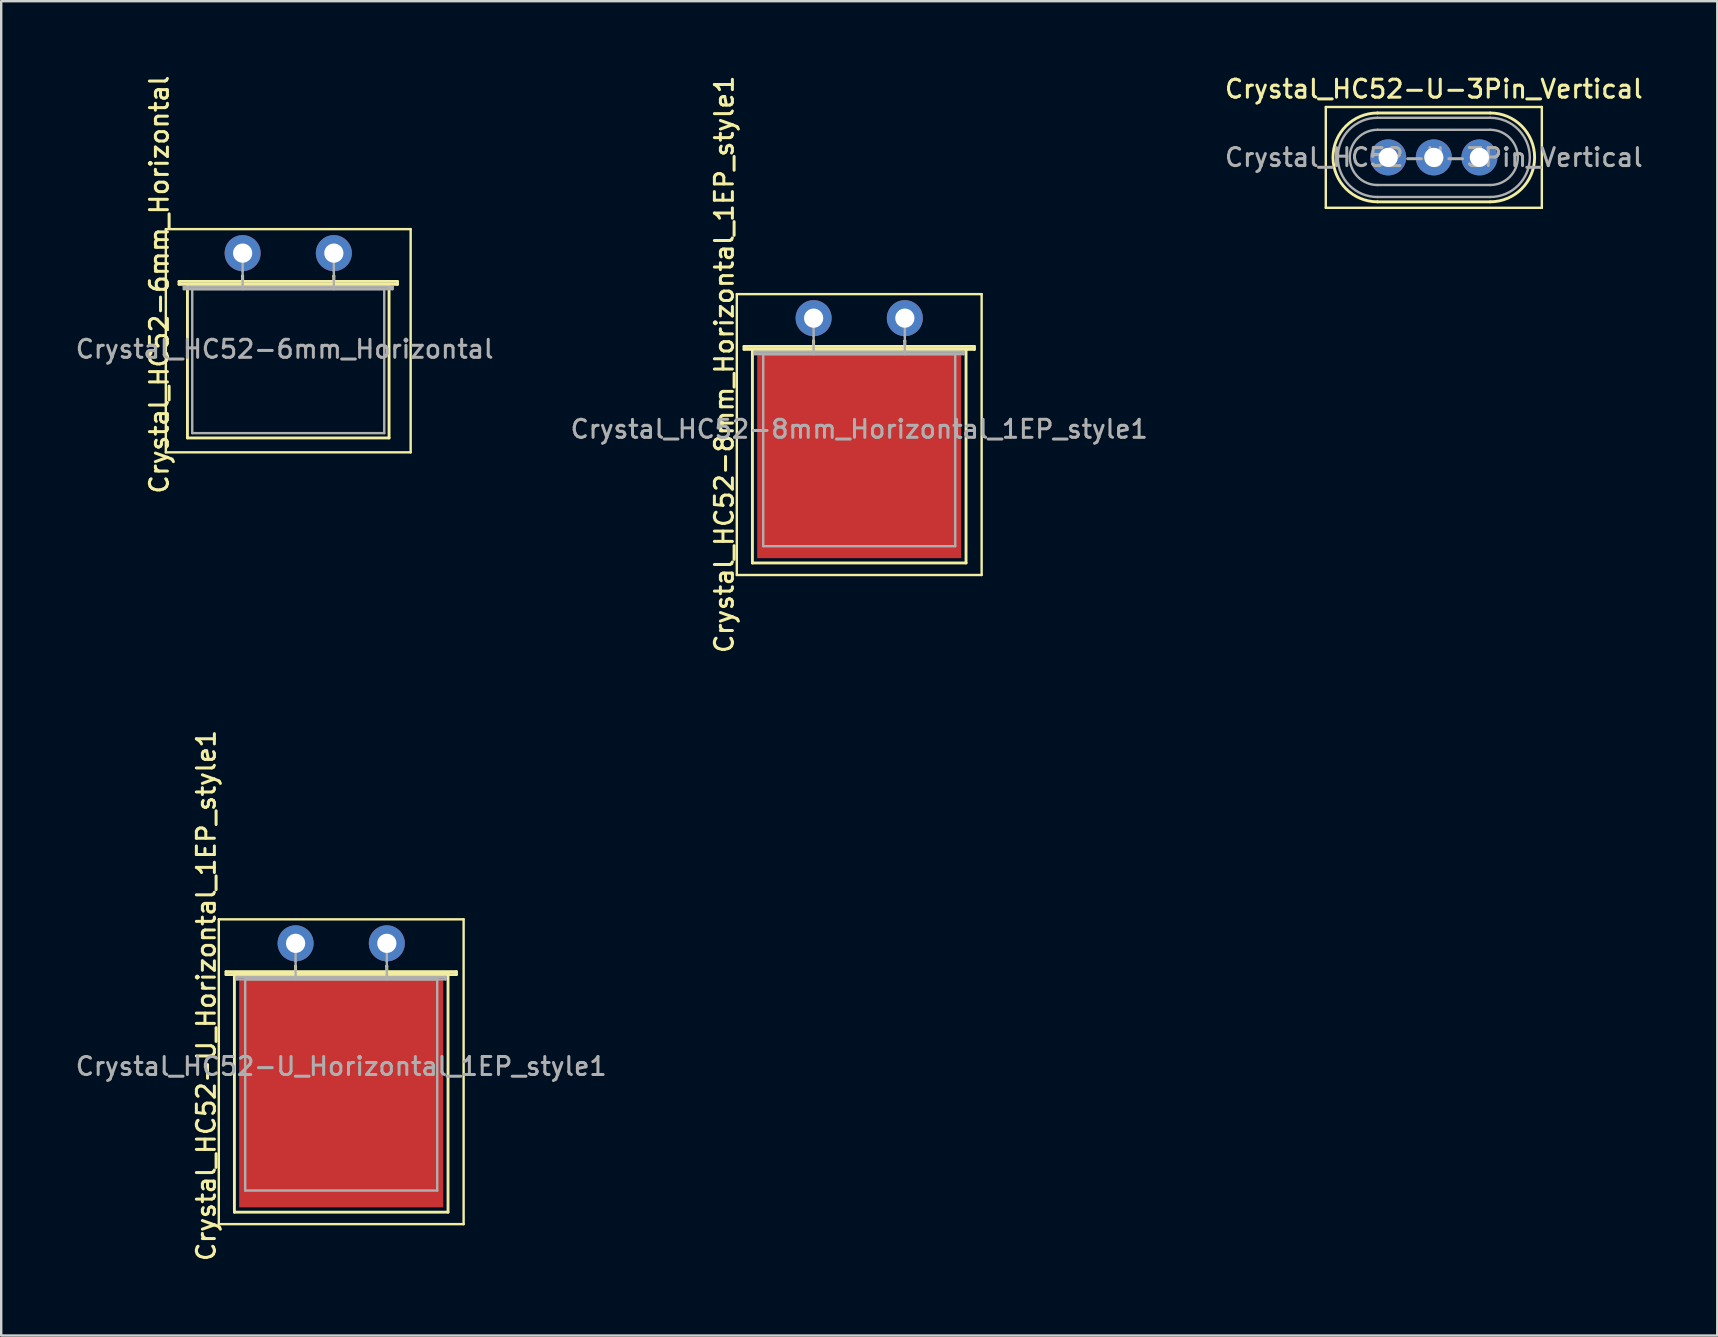
<source format=kicad_pcb>
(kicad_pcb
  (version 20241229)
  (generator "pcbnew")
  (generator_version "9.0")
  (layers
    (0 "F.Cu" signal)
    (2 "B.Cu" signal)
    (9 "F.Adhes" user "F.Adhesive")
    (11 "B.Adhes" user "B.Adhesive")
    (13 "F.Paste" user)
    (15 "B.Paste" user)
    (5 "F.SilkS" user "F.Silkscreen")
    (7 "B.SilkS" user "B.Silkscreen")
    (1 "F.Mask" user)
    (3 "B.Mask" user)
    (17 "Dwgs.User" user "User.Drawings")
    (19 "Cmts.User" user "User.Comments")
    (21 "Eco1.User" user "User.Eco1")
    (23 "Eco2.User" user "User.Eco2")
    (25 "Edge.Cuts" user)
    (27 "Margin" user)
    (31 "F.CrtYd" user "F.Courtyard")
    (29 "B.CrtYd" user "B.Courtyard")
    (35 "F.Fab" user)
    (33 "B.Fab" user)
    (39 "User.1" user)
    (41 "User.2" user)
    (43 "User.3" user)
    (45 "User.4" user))
  (footprint "Crystal_HC52-6mm_Horizontal"
    (layer "F.Cu")
    (at 7.059 7.496)
    (property "Reference" "Crystal_HC52-6mm_Horizontal" (at -3.475 1.312 90) (layer "F.SilkS") (effects (font (size 0.75 0.75) (thickness 0.125))))
    (attr through_hole)
    (fp_line (start -3.2 -1) (end -3.2 8.3) (stroke (width 0.1) (type solid)) (layer "F.SilkS"))
    (fp_line (start -3.2 8.3) (end 7 8.3) (stroke (width 0.1) (type solid)) (layer "F.SilkS"))
    (fp_line (start -2.65 1.18) (end 6.45 1.18) (stroke (width 0.12) (type solid)) (layer "F.SilkS"))
    (fp_line (start -2.65 1.3) (end -2.65 1.18) (stroke (width 0.12) (type solid)) (layer "F.SilkS"))
    (fp_line (start -2.3 1.3) (end -2.3 7.7) (stroke (width 0.12) (type solid)) (layer "F.SilkS"))
    (fp_line (start -2.3 7.7) (end 6.1 7.7) (stroke (width 0.12) (type solid)) (layer "F.SilkS"))
    (fp_line (start 0 0.95) (end 0 0.95) (stroke (width 0.12) (type solid)) (layer "F.SilkS"))
    (fp_line (start 0 1.3) (end 0 0.95) (stroke (width 0.12) (type solid)) (layer "F.SilkS"))
    (fp_line (start 3.8 0.95) (end 3.8 0.95) (stroke (width 0.12) (type solid)) (layer "F.SilkS"))
    (fp_line (start 3.8 1.3) (end 3.8 0.95) (stroke (width 0.12) (type solid)) (layer "F.SilkS"))
    (fp_line (start 6.1 1.3) (end -2.3 1.3) (stroke (width 0.12) (type solid)) (layer "F.SilkS"))
    (fp_line (start 6.1 7.7) (end 6.1 1.3) (stroke (width 0.12) (type solid)) (layer "F.SilkS"))
    (fp_line (start 6.45 1.18) (end 6.45 1.3) (stroke (width 0.12) (type solid)) (layer "F.SilkS"))
    (fp_line (start 6.45 1.3) (end -2.65 1.3) (stroke (width 0.12) (type solid)) (layer "F.SilkS"))
    (fp_line (start 7 -1) (end -3.2 -1) (stroke (width 0.1) (type solid)) (layer "F.SilkS"))
    (fp_line (start 7 8.3) (end 7 -1) (stroke (width 0.1) (type solid)) (layer "F.SilkS"))
    (fp_line (start -2.45 1.4) (end 6.25 1.4) (stroke (width 0.1) (type solid)) (layer "F.Fab"))
    (fp_line (start -2.45 1.5) (end -2.45 1.4) (stroke (width 0.1) (type solid)) (layer "F.Fab"))
    (fp_line (start -2.1 1.5) (end -2.1 7.5) (stroke (width 0.1) (type solid)) (layer "F.Fab"))
    (fp_line (start -2.1 7.5) (end 5.9 7.5) (stroke (width 0.1) (type solid)) (layer "F.Fab"))
    (fp_line (start 0 0.75) (end 0 0) (stroke (width 0.1) (type solid)) (layer "F.Fab"))
    (fp_line (start 0 1.5) (end 0 0.75) (stroke (width 0.1) (type solid)) (layer "F.Fab"))
    (fp_line (start 3.8 0.75) (end 3.8 0) (stroke (width 0.1) (type solid)) (layer "F.Fab"))
    (fp_line (start 3.8 1.5) (end 3.8 0.75) (stroke (width 0.1) (type solid)) (layer "F.Fab"))
    (fp_line (start 5.9 1.5) (end -2.1 1.5) (stroke (width 0.1) (type solid)) (layer "F.Fab"))
    (fp_line (start 5.9 7.5) (end 5.9 1.5) (stroke (width 0.1) (type solid)) (layer "F.Fab"))
    (fp_line (start 6.25 1.4) (end 6.25 1.5) (stroke (width 0.1) (type solid)) (layer "F.Fab"))
    (fp_line (start 6.25 1.5) (end -2.45 1.5) (stroke (width 0.1) (type solid)) (layer "F.Fab"))
    (fp_text user "${REFERENCE}" (at 1.75 4 0) (layer "F.Fab") (effects (font (size 0.75 0.75) (thickness 0.125))))
    (pad "1" thru_hole circle (at 0 0) (size 1.5 1.5) (drill 0.8) (layers "*.Cu" "*.Mask"))
    (pad "2" thru_hole circle (at 3.8 0) (size 1.5 1.5) (drill 0.8) (layers "*.Cu" "*.Mask")))
  (footprint "Crystal_HC52-U-3Pin_Vertical"
    (layer "F.Cu")
    (at 54.787 3.508)
    (property "Reference" "Crystal_HC52-U-3Pin_Vertical" (at 1.9 -2.85 0) (layer "F.SilkS") (effects (font (size 0.75 0.75) (thickness 0.125))))
    (attr through_hole)
    (fp_line (start -2.6 -2.1) (end -2.6 2.1) (stroke (width 0.1) (type solid)) (layer "F.SilkS"))
    (fp_line (start -2.6 2.1) (end 6.4 2.1) (stroke (width 0.1) (type solid)) (layer "F.SilkS"))
    (fp_line (start -0.45 -1.85) (end 4.25 -1.85) (stroke (width 0.12) (type solid)) (layer "F.SilkS"))
    (fp_line (start -0.45 1.85) (end 4.25 1.85) (stroke (width 0.12) (type solid)) (layer "F.SilkS"))
    (fp_line (start 6.4 -2.1) (end -2.6 -2.1) (stroke (width 0.1) (type solid)) (layer "F.SilkS"))
    (fp_line (start 6.4 2.1) (end 6.4 -2.1) (stroke (width 0.1) (type solid)) (layer "F.SilkS"))
    (fp_arc (start -0.45 1.85) (mid -2.3 0) (end -0.45 -1.85) (stroke (width 0.12) (type solid)) (layer "F.SilkS"))
    (fp_arc (start 4.25 -1.85) (mid 6.1 0) (end 4.25 1.85) (stroke (width 0.12) (type solid)) (layer "F.SilkS"))
    (fp_line (start -0.45 -1.65) (end 4.25 -1.65) (stroke (width 0.1) (type solid)) (layer "F.Fab"))
    (fp_line (start -0.45 -1.15) (end 4.25 -1.15) (stroke (width 0.1) (type solid)) (layer "F.Fab"))
    (fp_line (start -0.45 1.15) (end 4.25 1.15) (stroke (width 0.1) (type solid)) (layer "F.Fab"))
    (fp_line (start -0.45 1.65) (end 4.25 1.65) (stroke (width 0.1) (type solid)) (layer "F.Fab"))
    (fp_arc (start -0.45 1.15) (mid -1.6 0) (end -0.45 -1.15) (stroke (width 0.1) (type solid)) (layer "F.Fab"))
    (fp_arc (start -0.45 1.65) (mid -2.1 0) (end -0.45 -1.65) (stroke (width 0.1) (type solid)) (layer "F.Fab"))
    (fp_arc (start 4.25 -1.65) (mid 5.9 0) (end 4.25 1.65) (stroke (width 0.1) (type solid)) (layer "F.Fab"))
    (fp_arc (start 4.25 -1.15) (mid 5.4 0) (end 4.25 1.15) (stroke (width 0.1) (type solid)) (layer "F.Fab"))
    (fp_text user "${REFERENCE}" (at 1.9 0 0) (layer "F.Fab") (effects (font (size 0.75 0.75) (thickness 0.125))))
    (pad "1" thru_hole circle (at 0 0) (size 1.5 1.5) (drill 0.8) (layers "*.Cu" "*.Mask"))
    (pad "2" thru_hole circle (at 1.9 0) (size 1.5 1.5) (drill 0.8) (layers "*.Cu" "*.Mask"))
    (pad "3" thru_hole circle (at 3.8 0) (size 1.5 1.5) (drill 0.8) (layers "*.Cu" "*.Mask")))
  (footprint "Crystal_HC52-8mm_Horizontal_1EP_style1"
    (layer "F.Cu")
    (at 30.848 10.205)
    (property "Reference" "Crystal_HC52-8mm_Horizontal_1EP_style1" (at -3.725 1.925 90) (layer "F.SilkS") (effects (font (size 0.75 0.75) (thickness 0.125))))
    (attr through_hole)
    (fp_line (start -3.2 -1) (end -3.2 10.7) (stroke (width 0.1) (type solid)) (layer "F.SilkS"))
    (fp_line (start -3.2 10.7) (end 7 10.7) (stroke (width 0.1) (type solid)) (layer "F.SilkS"))
    (fp_line (start -2.9 1.18) (end 6.7 1.18) (stroke (width 0.12) (type solid)) (layer "F.SilkS"))
    (fp_line (start -2.9 1.3) (end -2.9 1.18) (stroke (width 0.12) (type solid)) (layer "F.SilkS"))
    (fp_line (start -2.55 1.3) (end -2.55 10.2) (stroke (width 0.12) (type solid)) (layer "F.SilkS"))
    (fp_line (start -2.55 10.2) (end 6.35 10.2) (stroke (width 0.12) (type solid)) (layer "F.SilkS"))
    (fp_line (start 0 0.95) (end 0 0.95) (stroke (width 0.12) (type solid)) (layer "F.SilkS"))
    (fp_line (start 0 1.3) (end 0 0.95) (stroke (width 0.12) (type solid)) (layer "F.SilkS"))
    (fp_line (start 3.8 0.95) (end 3.8 0.95) (stroke (width 0.12) (type solid)) (layer "F.SilkS"))
    (fp_line (start 3.8 1.3) (end 3.8 0.95) (stroke (width 0.12) (type solid)) (layer "F.SilkS"))
    (fp_line (start 6.35 1.3) (end -2.55 1.3) (stroke (width 0.12) (type solid)) (layer "F.SilkS"))
    (fp_line (start 6.35 10.2) (end 6.35 1.3) (stroke (width 0.12) (type solid)) (layer "F.SilkS"))
    (fp_line (start 6.7 1.18) (end 6.7 1.3) (stroke (width 0.12) (type solid)) (layer "F.SilkS"))
    (fp_line (start 6.7 1.3) (end -2.9 1.3) (stroke (width 0.12) (type solid)) (layer "F.SilkS"))
    (fp_line (start 7 -1) (end -3.2 -1) (stroke (width 0.1) (type solid)) (layer "F.SilkS"))
    (fp_line (start 7 10.7) (end 7 -1) (stroke (width 0.1) (type solid)) (layer "F.SilkS"))
    (fp_line (start -2.45 1.4) (end 6.25 1.4) (stroke (width 0.1) (type solid)) (layer "F.Fab"))
    (fp_line (start -2.45 1.5) (end -2.45 1.4) (stroke (width 0.1) (type solid)) (layer "F.Fab"))
    (fp_line (start -2.1 1.5) (end -2.1 9.5) (stroke (width 0.1) (type solid)) (layer "F.Fab"))
    (fp_line (start -2.1 9.5) (end 5.9 9.5) (stroke (width 0.1) (type solid)) (layer "F.Fab"))
    (fp_line (start 0 0.75) (end 0 0) (stroke (width 0.1) (type solid)) (layer "F.Fab"))
    (fp_line (start 0 1.5) (end 0 0.75) (stroke (width 0.1) (type solid)) (layer "F.Fab"))
    (fp_line (start 3.8 0.75) (end 3.8 0) (stroke (width 0.1) (type solid)) (layer "F.Fab"))
    (fp_line (start 3.8 1.5) (end 3.8 0.75) (stroke (width 0.1) (type solid)) (layer "F.Fab"))
    (fp_line (start 5.9 1.5) (end -2.1 1.5) (stroke (width 0.1) (type solid)) (layer "F.Fab"))
    (fp_line (start 5.9 9.5) (end 5.9 1.5) (stroke (width 0.1) (type solid)) (layer "F.Fab"))
    (fp_line (start 6.25 1.4) (end 6.25 1.5) (stroke (width 0.1) (type solid)) (layer "F.Fab"))
    (fp_line (start 6.25 1.5) (end -2.45 1.5) (stroke (width 0.1) (type solid)) (layer "F.Fab"))
    (fp_text user "${REFERENCE}" (at 1.9 4.625 0) (layer "F.Fab") (effects (font (size 0.75 0.75) (thickness 0.125))))
    (pad "1" thru_hole circle (at 0 0) (size 1.5 1.5) (drill 0.8) (layers "*.Cu" "*.Mask"))
    (pad "2" thru_hole circle (at 3.8 0) (size 1.5 1.5) (drill 0.8) (layers "*.Cu" "*.Mask"))
    (pad "3" smd rect (at 1.9 5.75) (size 8.5 8.5) (layers "F.Cu" "F.Mask" "F.Paste")))
  (footprint "Crystal_HC52-U_Horizontal_1EP_style1"
    (layer "F.Cu")
    (at 9.266 36.252)
    (property "Reference" "Crystal_HC52-U_Horizontal_1EP_style1" (at -3.725 2.175 90) (layer "F.SilkS") (effects (font (size 0.75 0.75) (thickness 0.125))))
    (attr through_hole)
    (fp_line (start -3.2 -1) (end -3.2 11.7) (stroke (width 0.1) (type solid)) (layer "F.SilkS"))
    (fp_line (start -3.2 11.7) (end 7 11.7) (stroke (width 0.1) (type solid)) (layer "F.SilkS"))
    (fp_line (start -2.9 1.18) (end 6.7 1.18) (stroke (width 0.12) (type solid)) (layer "F.SilkS"))
    (fp_line (start -2.9 1.3) (end -2.9 1.18) (stroke (width 0.12) (type solid)) (layer "F.SilkS"))
    (fp_line (start -2.55 1.3) (end -2.55 11.2) (stroke (width 0.12) (type solid)) (layer "F.SilkS"))
    (fp_line (start -2.55 11.2) (end 6.35 11.2) (stroke (width 0.12) (type solid)) (layer "F.SilkS"))
    (fp_line (start 0 0.95) (end 0 0.95) (stroke (width 0.12) (type solid)) (layer "F.SilkS"))
    (fp_line (start 0 1.3) (end 0 0.95) (stroke (width 0.12) (type solid)) (layer "F.SilkS"))
    (fp_line (start 3.8 0.95) (end 3.8 0.95) (stroke (width 0.12) (type solid)) (layer "F.SilkS"))
    (fp_line (start 3.8 1.3) (end 3.8 0.95) (stroke (width 0.12) (type solid)) (layer "F.SilkS"))
    (fp_line (start 6.35 1.3) (end -2.55 1.3) (stroke (width 0.12) (type solid)) (layer "F.SilkS"))
    (fp_line (start 6.35 11.2) (end 6.35 1.3) (stroke (width 0.12) (type solid)) (layer "F.SilkS"))
    (fp_line (start 6.7 1.18) (end 6.7 1.3) (stroke (width 0.12) (type solid)) (layer "F.SilkS"))
    (fp_line (start 6.7 1.3) (end -2.9 1.3) (stroke (width 0.12) (type solid)) (layer "F.SilkS"))
    (fp_line (start 7 -1) (end -3.2 -1) (stroke (width 0.1) (type solid)) (layer "F.SilkS"))
    (fp_line (start 7 11.7) (end 7 -1) (stroke (width 0.1) (type solid)) (layer "F.SilkS"))
    (fp_line (start -2.45 1.4) (end 6.25 1.4) (stroke (width 0.1) (type solid)) (layer "F.Fab"))
    (fp_line (start -2.45 1.5) (end -2.45 1.4) (stroke (width 0.1) (type solid)) (layer "F.Fab"))
    (fp_line (start -2.1 1.5) (end -2.1 10.3) (stroke (width 0.1) (type solid)) (layer "F.Fab"))
    (fp_line (start -2.1 10.3) (end 5.9 10.3) (stroke (width 0.1) (type solid)) (layer "F.Fab"))
    (fp_line (start 0 0.75) (end 0 0) (stroke (width 0.1) (type solid)) (layer "F.Fab"))
    (fp_line (start 0 1.5) (end 0 0.75) (stroke (width 0.1) (type solid)) (layer "F.Fab"))
    (fp_line (start 3.8 0.75) (end 3.8 0) (stroke (width 0.1) (type solid)) (layer "F.Fab"))
    (fp_line (start 3.8 1.5) (end 3.8 0.75) (stroke (width 0.1) (type solid)) (layer "F.Fab"))
    (fp_line (start 5.9 1.5) (end -2.1 1.5) (stroke (width 0.1) (type solid)) (layer "F.Fab"))
    (fp_line (start 5.9 10.3) (end 5.9 1.5) (stroke (width 0.1) (type solid)) (layer "F.Fab"))
    (fp_line (start 6.25 1.4) (end 6.25 1.5) (stroke (width 0.1) (type solid)) (layer "F.Fab"))
    (fp_line (start 6.25 1.5) (end -2.45 1.5) (stroke (width 0.1) (type solid)) (layer "F.Fab"))
    (fp_text user "${REFERENCE}" (at 1.9 5.125 0) (layer "F.Fab") (effects (font (size 0.75 0.75) (thickness 0.125))))
    (pad "1" thru_hole circle (at 0 0) (size 1.5 1.5) (drill 0.8) (layers "*.Cu" "*.Mask"))
    (pad "2" thru_hole circle (at 3.8 0) (size 1.5 1.5) (drill 0.8) (layers "*.Cu" "*.Mask"))
    (pad "3" smd rect (at 1.9 6.25) (size 8.5 9.5) (layers "F.Cu" "F.Mask" "F.Paste")))
  (gr_rect
    (start -3 -3)
    (end 68.496 52.593)
    (stroke (width 0.1) (type default))
    (fill no)
    (layer "Edge.Cuts")))
</source>
